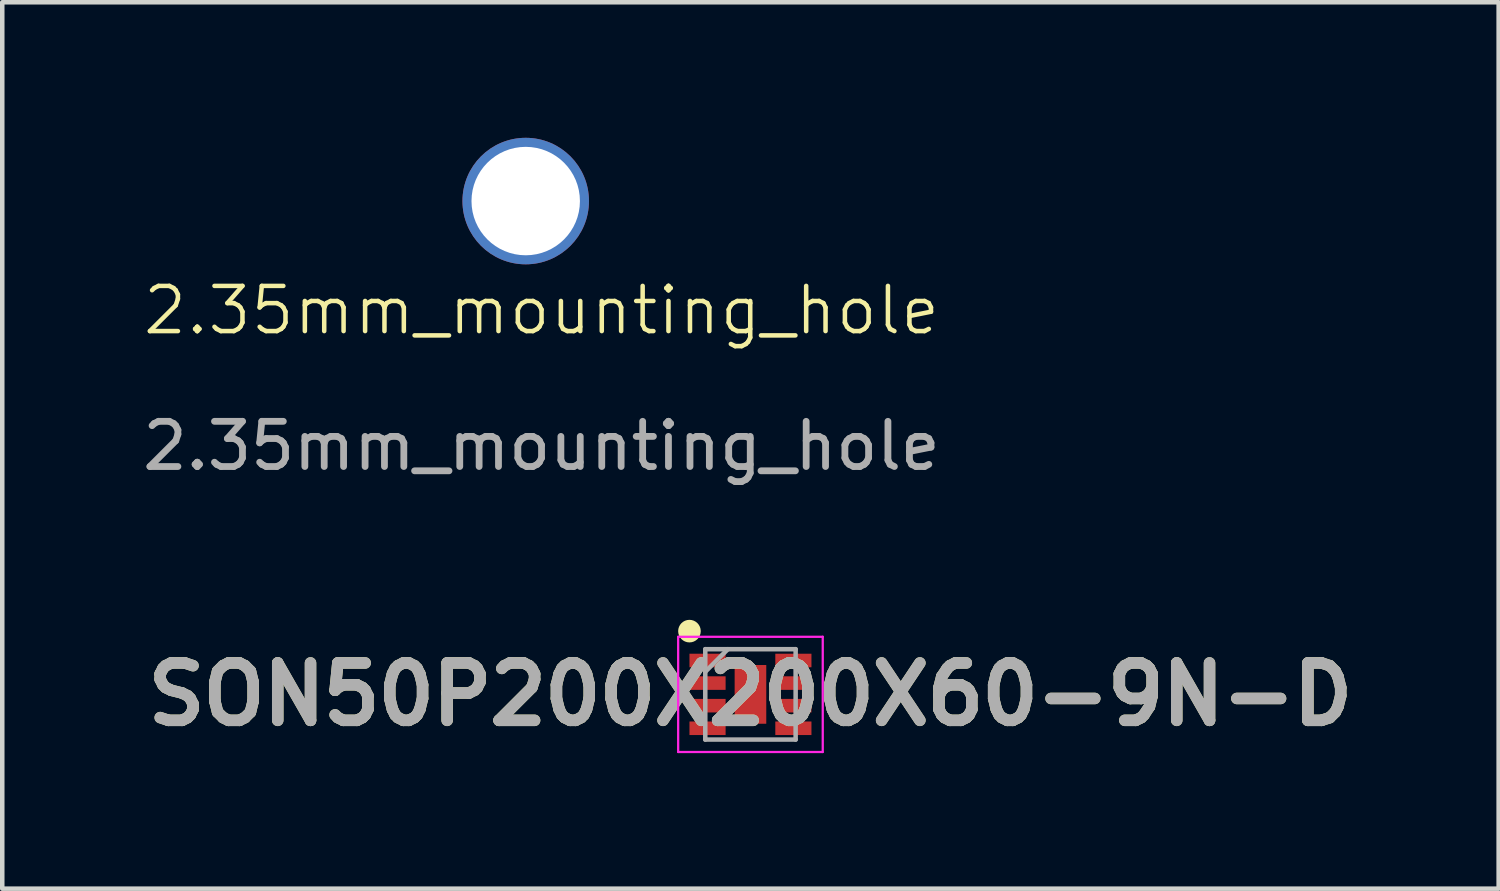
<source format=kicad_pcb>
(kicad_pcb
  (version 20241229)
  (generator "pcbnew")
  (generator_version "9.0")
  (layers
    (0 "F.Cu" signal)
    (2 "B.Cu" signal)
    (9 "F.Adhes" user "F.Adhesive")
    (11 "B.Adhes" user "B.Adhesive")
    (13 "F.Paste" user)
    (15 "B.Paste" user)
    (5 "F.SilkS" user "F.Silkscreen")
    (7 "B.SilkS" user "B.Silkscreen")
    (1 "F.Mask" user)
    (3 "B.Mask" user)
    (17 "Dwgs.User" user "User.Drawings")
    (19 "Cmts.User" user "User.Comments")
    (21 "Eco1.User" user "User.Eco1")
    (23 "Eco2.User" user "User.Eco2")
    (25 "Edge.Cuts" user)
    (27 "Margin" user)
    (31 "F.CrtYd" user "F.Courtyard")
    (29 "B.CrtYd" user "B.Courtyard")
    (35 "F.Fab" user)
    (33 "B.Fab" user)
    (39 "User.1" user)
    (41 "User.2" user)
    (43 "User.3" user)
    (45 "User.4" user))
  (footprint "2.35mm_mounting_hole"
    (layer "F.Cu")
    (at 8.935 4.32)
    (property "Reference" "2.35mm_mounting_hole" (at 0 -0.5 0) (unlocked yes) (layer "F.SilkS") (effects (font (size 1 1) (thickness 0.1))))
    (attr smd)
    (fp_text user "${REFERENCE}" (at 0 2.5 0) (unlocked yes) (layer "F.Fab") (effects (font (size 1 1) (thickness 0.15))))
    (pad "1" thru_hole circle (at -0.35 -2.92) (size 2.8 2.8) (drill 2.4) (layers "*.Cu" "*.Mask")))
  (footprint "SON50P200X200X60-9N-D"
    (layer "F.Cu")
    (at 13.559 12.318)
    (property "Reference" "SON50P200X200X60-9N-D" (at 0 0 0) (layer "F.SilkS") (effects (font (size 1.27 1.27) (thickness 0.254))))
    (attr smd)
    (fp_circle (center -1.35 -1.4) (end -1.35 -1.275) (stroke (width 0.25) (type solid)) (fill no) (layer "F.SilkS"))
    (fp_line (start -1.6 -1.275) (end 1.6 -1.275) (stroke (width 0.05) (type solid)) (layer "F.CrtYd"))
    (fp_line (start -1.6 1.275) (end -1.6 -1.275) (stroke (width 0.05) (type solid)) (layer "F.CrtYd"))
    (fp_line (start 1.6 -1.275) (end 1.6 1.275) (stroke (width 0.05) (type solid)) (layer "F.CrtYd"))
    (fp_line (start 1.6 1.275) (end -1.6 1.275) (stroke (width 0.05) (type solid)) (layer "F.CrtYd"))
    (fp_line (start -1 -1) (end 1 -1) (stroke (width 0.1) (type solid)) (layer "F.Fab"))
    (fp_line (start -1 -0.5) (end -0.5 -1) (stroke (width 0.1) (type solid)) (layer "F.Fab"))
    (fp_line (start -1 1) (end -1 -1) (stroke (width 0.1) (type solid)) (layer "F.Fab"))
    (fp_line (start 1 -1) (end 1 1) (stroke (width 0.1) (type solid)) (layer "F.Fab"))
    (fp_line (start 1 1) (end -1 1) (stroke (width 0.1) (type solid)) (layer "F.Fab"))
    (fp_text user "${REFERENCE}" (at 0 0 0) (layer "F.Fab") (effects (font (size 1.27 1.27) (thickness 0.254))))
    (pad "1" smd rect (at -0.95 -0.75 90) (size 0.3 0.8) (layers "F.Cu" "F.Mask" "F.Paste"))
    (pad "2" smd rect (at -0.95 -0.25 90) (size 0.3 0.8) (layers "F.Cu" "F.Mask" "F.Paste"))
    (pad "3" smd rect (at -0.95 0.25 90) (size 0.3 0.8) (layers "F.Cu" "F.Mask" "F.Paste"))
    (pad "4" smd rect (at -0.95 0.75 90) (size 0.3 0.8) (layers "F.Cu" "F.Mask" "F.Paste"))
    (pad "5" smd rect (at 0.95 0.75 90) (size 0.3 0.8) (layers "F.Cu" "F.Mask" "F.Paste"))
    (pad "6" smd rect (at 0.95 0.25 90) (size 0.3 0.8) (layers "F.Cu" "F.Mask" "F.Paste"))
    (pad "7" smd rect (at 0.95 -0.25 90) (size 0.3 0.8) (layers "F.Cu" "F.Mask" "F.Paste"))
    (pad "8" smd rect (at 0.95 -0.75 90) (size 0.3 0.8) (layers "F.Cu" "F.Mask" "F.Paste"))
    (pad "9" smd rect (at 0 0) (size 0.7 1.3) (layers "F.Cu" "F.Mask" "F.Paste")))
  (gr_rect
    (start -3 -3)
    (end 30.118 16.618)
    (stroke (width 0.1) (type default))
    (fill no)
    (layer "Edge.Cuts")))
</source>
